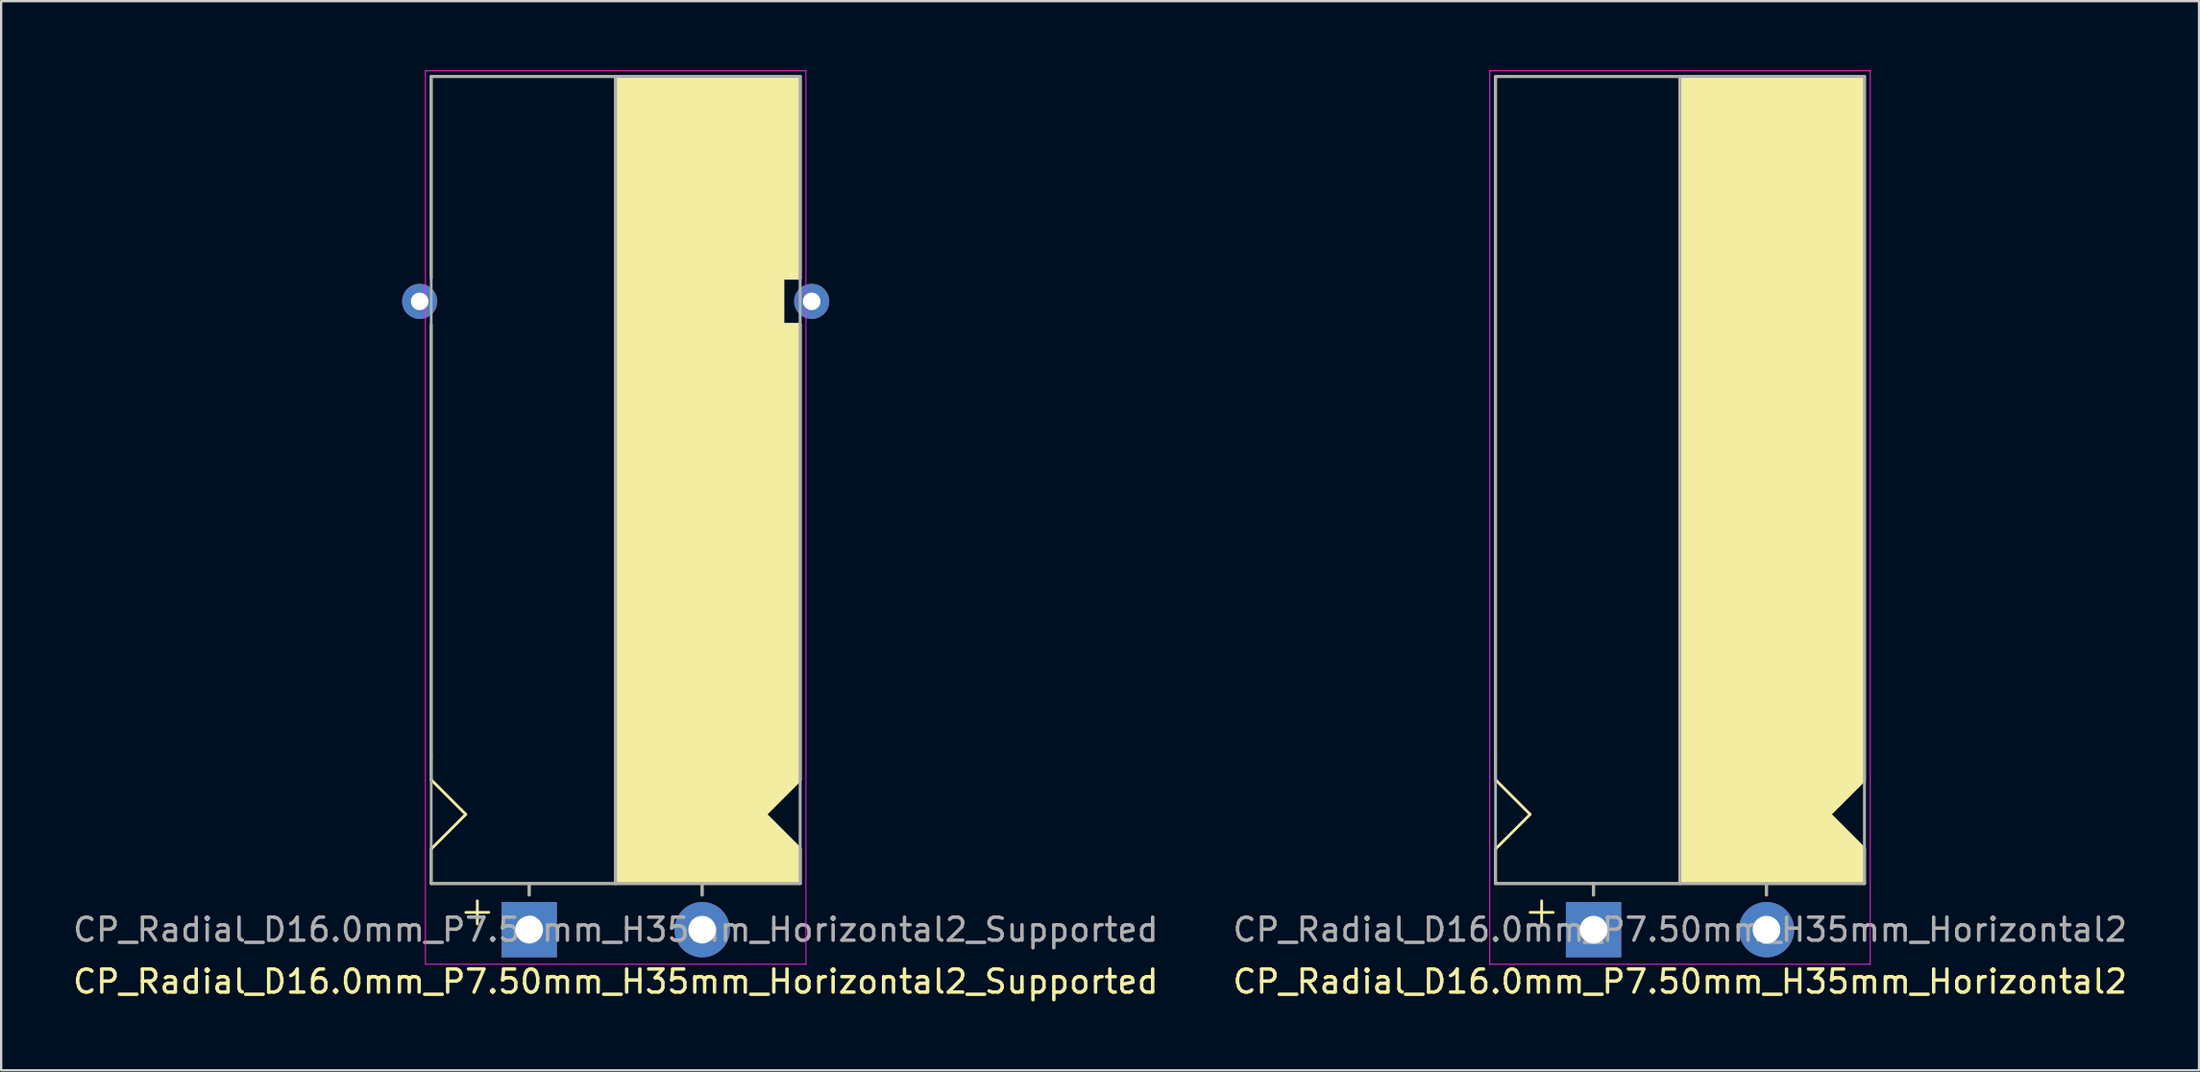
<source format=kicad_pcb>
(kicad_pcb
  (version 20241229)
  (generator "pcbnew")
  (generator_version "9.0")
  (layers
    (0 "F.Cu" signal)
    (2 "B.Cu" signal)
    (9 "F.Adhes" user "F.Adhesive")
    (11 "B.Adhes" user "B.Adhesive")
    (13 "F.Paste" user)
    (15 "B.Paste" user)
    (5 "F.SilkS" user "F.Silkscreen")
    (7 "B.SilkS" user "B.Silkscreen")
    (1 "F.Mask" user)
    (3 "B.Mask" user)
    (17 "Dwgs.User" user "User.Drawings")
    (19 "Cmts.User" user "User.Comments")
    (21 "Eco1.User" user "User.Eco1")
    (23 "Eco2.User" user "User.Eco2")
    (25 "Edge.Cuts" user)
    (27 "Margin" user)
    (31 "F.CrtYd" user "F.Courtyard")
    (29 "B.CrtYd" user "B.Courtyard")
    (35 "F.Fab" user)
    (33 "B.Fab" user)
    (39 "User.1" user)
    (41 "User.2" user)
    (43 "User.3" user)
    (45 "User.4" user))
  (footprint "CP_Radial_D16.0mm_P7.50mm_H35mm_Horizontal2_Supported"
    (layer "F.Cu")
    (at 19.899 37.27)
    (property "Reference" "CP_Radial_D16.0mm_P7.50mm_H35mm_Horizontal2_Supported" (at 3.75 2.25 0) (layer "F.SilkS") (effects (font (size 1 1) (thickness 0.15))))
    (attr through_hole)
    (fp_line (start -4.25 -28.25) (end -4.25 -37) (stroke (width 0.12) (type solid)) (layer "F.SilkS"))
    (fp_line (start -4.25 -7.5) (end -4.25 -26.25) (stroke (width 0.12) (type solid)) (layer "F.SilkS"))
    (fp_line (start -4.25 -6.5) (end -4.25 -7.5) (stroke (width 0.12) (type solid)) (layer "F.SilkS"))
    (fp_line (start -4.25 -3.5) (end -2.75 -5) (stroke (width 0.12) (type solid)) (layer "F.SilkS"))
    (fp_line (start -4.25 -2) (end -4.25 -3.5) (stroke (width 0.12) (type solid)) (layer "F.SilkS"))
    (fp_line (start -2.75 -5) (end -4.25 -6.5) (stroke (width 0.12) (type solid)) (layer "F.SilkS"))
    (fp_line (start -2.25 -1.25) (end -2.25 -0.25) (stroke (width 0.12) (type solid)) (layer "F.SilkS"))
    (fp_line (start -1.75 -0.75) (end -2.75 -0.75) (stroke (width 0.12) (type solid)) (layer "F.SilkS"))
    (fp_line (start 0 -1.5) (end 0 -2) (stroke (width 0.12) (type solid)) (layer "F.SilkS"))
    (fp_line (start 3.75 -2) (end -4.25 -2) (stroke (width 0.12) (type solid)) (layer "F.SilkS"))
    (fp_line (start 3.75 -2) (end 3.75 -37) (stroke (width 0.12) (type solid)) (layer "F.SilkS"))
    (fp_line (start 3.75 -2) (end 11.75 -2) (stroke (width 0.12) (type solid)) (layer "F.SilkS"))
    (fp_line (start 7.5 -1.5) (end 7.5 -2) (stroke (width 0.12) (type solid)) (layer "F.SilkS"))
    (fp_line (start 10.25 -5) (end 11.75 -6.5) (stroke (width 0.12) (type solid)) (layer "F.SilkS"))
    (fp_line (start 11 -28.25) (end 11 -26.25) (stroke (width 0.12) (type solid)) (layer "F.SilkS"))
    (fp_line (start 11 -26.25) (end 11.75 -26.25) (stroke (width 0.12) (type solid)) (layer "F.SilkS"))
    (fp_line (start 11.75 -37) (end -4.25 -37) (stroke (width 0.12) (type solid)) (layer "F.SilkS"))
    (fp_line (start 11.75 -37) (end 11.75 -28.25) (stroke (width 0.12) (type solid)) (layer "F.SilkS"))
    (fp_line (start 11.75 -28.25) (end 11 -28.25) (stroke (width 0.12) (type solid)) (layer "F.SilkS"))
    (fp_line (start 11.75 -26.25) (end 11.75 -6.5) (stroke (width 0.12) (type solid)) (layer "F.SilkS"))
    (fp_line (start 11.75 -3.5) (end 10.25 -5) (stroke (width 0.12) (type solid)) (layer "F.SilkS"))
    (fp_line (start 11.75 -2) (end 11.75 -3.5) (stroke (width 0.12) (type solid)) (layer "F.SilkS"))
    (fp_poly (pts (xy 11.75 -3.5) (xy 10.25 -5) (xy 11.75 -6.5) (xy 11.75 -26.25) (xy 11 -26.25) (xy 11 -28.25) (xy 11.75 -28.25) (xy 11.75 -37) (xy 3.75 -37) (xy 3.75 -2) (xy 11.75 -2)) (stroke (width 0.1) (type solid)) (fill yes) (layer "F.SilkS"))
    (fp_line (start -4.5 -37.25) (end -4.5 1.5) (stroke (width 0.04) (type solid)) (layer "F.CrtYd"))
    (fp_line (start -4.5 1.5) (end 12 1.5) (stroke (width 0.04) (type solid)) (layer "F.CrtYd"))
    (fp_line (start 12 -37.25) (end -4.5 -37.25) (stroke (width 0.04) (type solid)) (layer "F.CrtYd"))
    (fp_line (start 12 1.5) (end 12 -37.25) (stroke (width 0.04) (type solid)) (layer "F.CrtYd"))
    (fp_line (start -4.25 -37) (end 11.75 -37) (stroke (width 0.12) (type solid)) (layer "F.Fab"))
    (fp_line (start -4.25 -2) (end -4.25 -37) (stroke (width 0.12) (type solid)) (layer "F.Fab"))
    (fp_line (start 0 -2) (end -4.25 -2) (stroke (width 0.12) (type solid)) (layer "F.Fab"))
    (fp_line (start 0 -1.5) (end 0 -2) (stroke (width 0.12) (type solid)) (layer "F.Fab"))
    (fp_line (start 3.75 -2) (end 3.75 -37) (stroke (width 0.12) (type solid)) (layer "F.Fab"))
    (fp_line (start 7.5 -1.5) (end 7.5 -2) (stroke (width 0.12) (type solid)) (layer "F.Fab"))
    (fp_line (start 11.75 -37) (end 11.75 -2) (stroke (width 0.12) (type solid)) (layer "F.Fab"))
    (fp_line (start 11.75 -2) (end 0 -2) (stroke (width 0.12) (type solid)) (layer "F.Fab"))
    (fp_poly (pts (xy 11.75 -37) (xy 3.75 -37) (xy 3.75 -2) (xy 11.75 -2)) (stroke (width 0.1) (type solid)) (fill no) (layer "F.Fab"))
    (fp_text user "${REFERENCE}" (at 3.75 0 0) (layer "F.Fab") (effects (font (size 1 1) (thickness 0.15))))
    (pad "" thru_hole circle (at -4.75 -27.25 180) (size 1.524 1.524) (drill 0.762) (layers "*.Cu" "*.Mask"))
    (pad "" thru_hole circle (at 12.25 -27.25 180) (size 1.524 1.524) (drill 0.762) (layers "*.Cu" "*.Mask"))
    (pad "1" thru_hole rect (at 0 0) (size 2.4 2.4) (drill 1.2) (layers "*.Cu" "*.Mask"))
    (pad "2" thru_hole circle (at 7.5 0) (size 2.4 2.4) (drill 1.2) (layers "*.Cu" "*.Mask")))
  (footprint "CP_Radial_D16.0mm_P7.50mm_H35mm_Horizontal2"
    (layer "F.Cu")
    (at 66.054 37.27)
    (property "Reference" "CP_Radial_D16.0mm_P7.50mm_H35mm_Horizontal2" (at 3.75 2.25 0) (layer "F.SilkS") (effects (font (size 1 1) (thickness 0.15))))
    (attr through_hole)
    (fp_line (start -4.25 -7.5) (end -4.25 -37) (stroke (width 0.12) (type solid)) (layer "F.SilkS"))
    (fp_line (start -4.25 -6.5) (end -4.25 -7.5) (stroke (width 0.12) (type solid)) (layer "F.SilkS"))
    (fp_line (start -4.25 -3.5) (end -2.75 -5) (stroke (width 0.12) (type solid)) (layer "F.SilkS"))
    (fp_line (start -4.25 -2) (end -4.25 -3.5) (stroke (width 0.12) (type solid)) (layer "F.SilkS"))
    (fp_line (start -2.75 -5) (end -4.25 -6.5) (stroke (width 0.12) (type solid)) (layer "F.SilkS"))
    (fp_line (start -2.25 -1.25) (end -2.25 -0.25) (stroke (width 0.12) (type solid)) (layer "F.SilkS"))
    (fp_line (start -1.75 -0.75) (end -2.75 -0.75) (stroke (width 0.12) (type solid)) (layer "F.SilkS"))
    (fp_line (start 0 -1.5) (end 0 -2) (stroke (width 0.12) (type solid)) (layer "F.SilkS"))
    (fp_line (start 3.75 -2) (end -4.25 -2) (stroke (width 0.12) (type solid)) (layer "F.SilkS"))
    (fp_line (start 3.75 -2) (end 3.75 -37) (stroke (width 0.12) (type solid)) (layer "F.SilkS"))
    (fp_line (start 3.75 -2) (end 11.75 -2) (stroke (width 0.12) (type solid)) (layer "F.SilkS"))
    (fp_line (start 7.5 -1.5) (end 7.5 -2) (stroke (width 0.12) (type solid)) (layer "F.SilkS"))
    (fp_line (start 10.25 -5) (end 11.75 -6.5) (stroke (width 0.12) (type solid)) (layer "F.SilkS"))
    (fp_line (start 11.75 -37) (end -4.25 -37) (stroke (width 0.12) (type solid)) (layer "F.SilkS"))
    (fp_line (start 11.75 -37) (end 11.75 -6.5) (stroke (width 0.12) (type solid)) (layer "F.SilkS"))
    (fp_line (start 11.75 -3.5) (end 10.25 -5) (stroke (width 0.12) (type solid)) (layer "F.SilkS"))
    (fp_line (start 11.75 -2) (end 11.75 -3.5) (stroke (width 0.12) (type solid)) (layer "F.SilkS"))
    (fp_poly (pts (xy 11.75 -3.5) (xy 10.25 -5) (xy 11.75 -6.5) (xy 11.75 -37) (xy 3.75 -37) (xy 3.75 -2) (xy 11.75 -2)) (stroke (width 0.1) (type solid)) (fill yes) (layer "F.SilkS"))
    (fp_line (start -4.5 -37.25) (end -4.5 1.5) (stroke (width 0.04) (type solid)) (layer "F.CrtYd"))
    (fp_line (start -4.5 1.5) (end 12 1.5) (stroke (width 0.04) (type solid)) (layer "F.CrtYd"))
    (fp_line (start 12 -37.25) (end -4.5 -37.25) (stroke (width 0.04) (type solid)) (layer "F.CrtYd"))
    (fp_line (start 12 1.5) (end 12 -37.25) (stroke (width 0.04) (type solid)) (layer "F.CrtYd"))
    (fp_line (start -4.25 -37) (end 11.75 -37) (stroke (width 0.12) (type solid)) (layer "F.Fab"))
    (fp_line (start -4.25 -2) (end -4.25 -37) (stroke (width 0.12) (type solid)) (layer "F.Fab"))
    (fp_line (start 0 -2) (end -4.25 -2) (stroke (width 0.12) (type solid)) (layer "F.Fab"))
    (fp_line (start 0 -1.5) (end 0 -2) (stroke (width 0.12) (type solid)) (layer "F.Fab"))
    (fp_line (start 3.75 -2) (end 3.75 -37) (stroke (width 0.12) (type solid)) (layer "F.Fab"))
    (fp_line (start 7.5 -1.5) (end 7.5 -2) (stroke (width 0.12) (type solid)) (layer "F.Fab"))
    (fp_line (start 11.75 -37) (end 11.75 -2) (stroke (width 0.12) (type solid)) (layer "F.Fab"))
    (fp_line (start 11.75 -2) (end 0 -2) (stroke (width 0.12) (type solid)) (layer "F.Fab"))
    (fp_poly (pts (xy 11.75 -37) (xy 3.75 -37) (xy 3.75 -2) (xy 11.75 -2)) (stroke (width 0.1) (type solid)) (fill no) (layer "F.Fab"))
    (fp_text user "${REFERENCE}" (at 3.75 0 0) (layer "F.Fab") (effects (font (size 1 1) (thickness 0.15))))
    (pad "1" thru_hole rect (at 0 0) (size 2.4 2.4) (drill 1.2) (layers "*.Cu" "*.Mask"))
    (pad "2" thru_hole circle (at 7.5 0) (size 2.4 2.4) (drill 1.2) (layers "*.Cu" "*.Mask")))
  (gr_rect
    (start -3 -3)
    (end 92.31 43.368)
    (stroke (width 0.1) (type default))
    (fill no)
    (layer "Edge.Cuts")))
</source>
